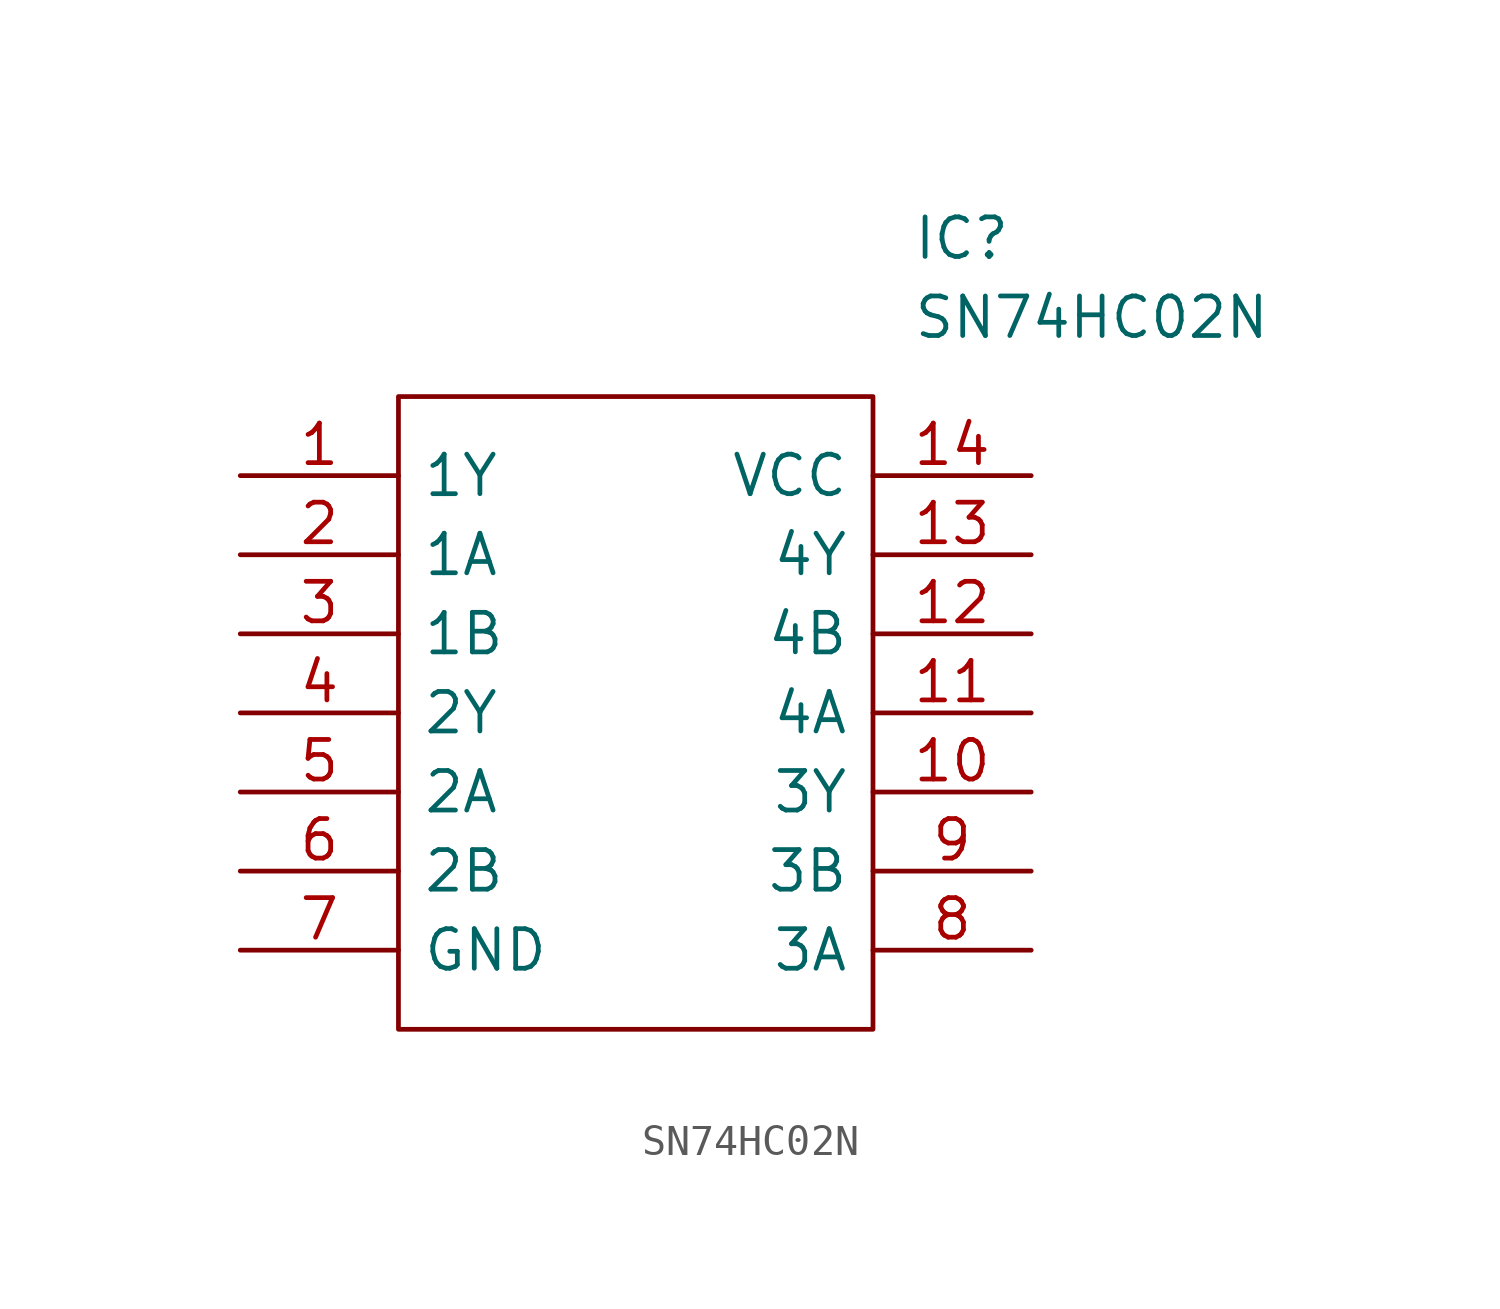
<source format=kicad_sym>
(kicad_symbol_lib
  (version 20211014)
  (generator kicad_symbol_editor)
  (symbol "SN74HC02N"
    (pin_names
      (offset 0.762))
    (property "Reference" "IC"
      (at 21.59 7.62 0)
      (effects (font (size 1.27 1.27)) (justify left)))
    (property "Value" "SN74HC02N"
      (at 21.59 5.08 0)
      (effects (font (size 1.27 1.27)) (justify left)))
    (symbol "SN74HC02N_0_0"
      (pin passive line (at 0 0 0) (length 5.08) (name "1Y" (effects (font (size 1.27 1.27)))) (number "1" (effects (font (size 1.27 1.27)))))
      (pin passive line (at 25.4 -10.16 180) (length 5.08) (name "3Y" (effects (font (size 1.27 1.27)))) (number "10" (effects (font (size 1.27 1.27)))))
      (pin passive line (at 25.4 -7.62 180) (length 5.08) (name "4A" (effects (font (size 1.27 1.27)))) (number "11" (effects (font (size 1.27 1.27)))))
      (pin passive line (at 25.4 -5.08 180) (length 5.08) (name "4B" (effects (font (size 1.27 1.27)))) (number "12" (effects (font (size 1.27 1.27)))))
      (pin passive line (at 25.4 -2.54 180) (length 5.08) (name "4Y" (effects (font (size 1.27 1.27)))) (number "13" (effects (font (size 1.27 1.27)))))
      (pin passive line (at 25.4 0 180) (length 5.08) (name "VCC" (effects (font (size 1.27 1.27)))) (number "14" (effects (font (size 1.27 1.27)))))
      (pin passive line (at 0 -2.54 0) (length 5.08) (name "1A" (effects (font (size 1.27 1.27)))) (number "2" (effects (font (size 1.27 1.27)))))
      (pin passive line (at 0 -5.08 0) (length 5.08) (name "1B" (effects (font (size 1.27 1.27)))) (number "3" (effects (font (size 1.27 1.27)))))
      (pin passive line (at 0 -7.62 0) (length 5.08) (name "2Y" (effects (font (size 1.27 1.27)))) (number "4" (effects (font (size 1.27 1.27)))))
      (pin passive line (at 0 -10.16 0) (length 5.08) (name "2A" (effects (font (size 1.27 1.27)))) (number "5" (effects (font (size 1.27 1.27)))))
      (pin passive line (at 0 -12.7 0) (length 5.08) (name "2B" (effects (font (size 1.27 1.27)))) (number "6" (effects (font (size 1.27 1.27)))))
      (pin passive line (at 0 -15.24 0) (length 5.08) (name "GND" (effects (font (size 1.27 1.27)))) (number "7" (effects (font (size 1.27 1.27)))))
      (pin passive line (at 25.4 -15.24 180) (length 5.08) (name "3A" (effects (font (size 1.27 1.27)))) (number "8" (effects (font (size 1.27 1.27)))))
      (pin passive line (at 25.4 -12.7 180) (length 5.08) (name "3B" (effects (font (size 1.27 1.27)))) (number "9" (effects (font (size 1.27 1.27))))))
    (symbol "SN74HC02N_0_1"
      (polyline (pts (xy 5.08 2.54) (xy 20.32 2.54) (xy 20.32 -17.78) (xy 5.08 -17.78) (xy 5.08 2.54)) (stroke (width 0.152) (type default) (color 0 0 0 0)) (fill (type none))))))
</source>
